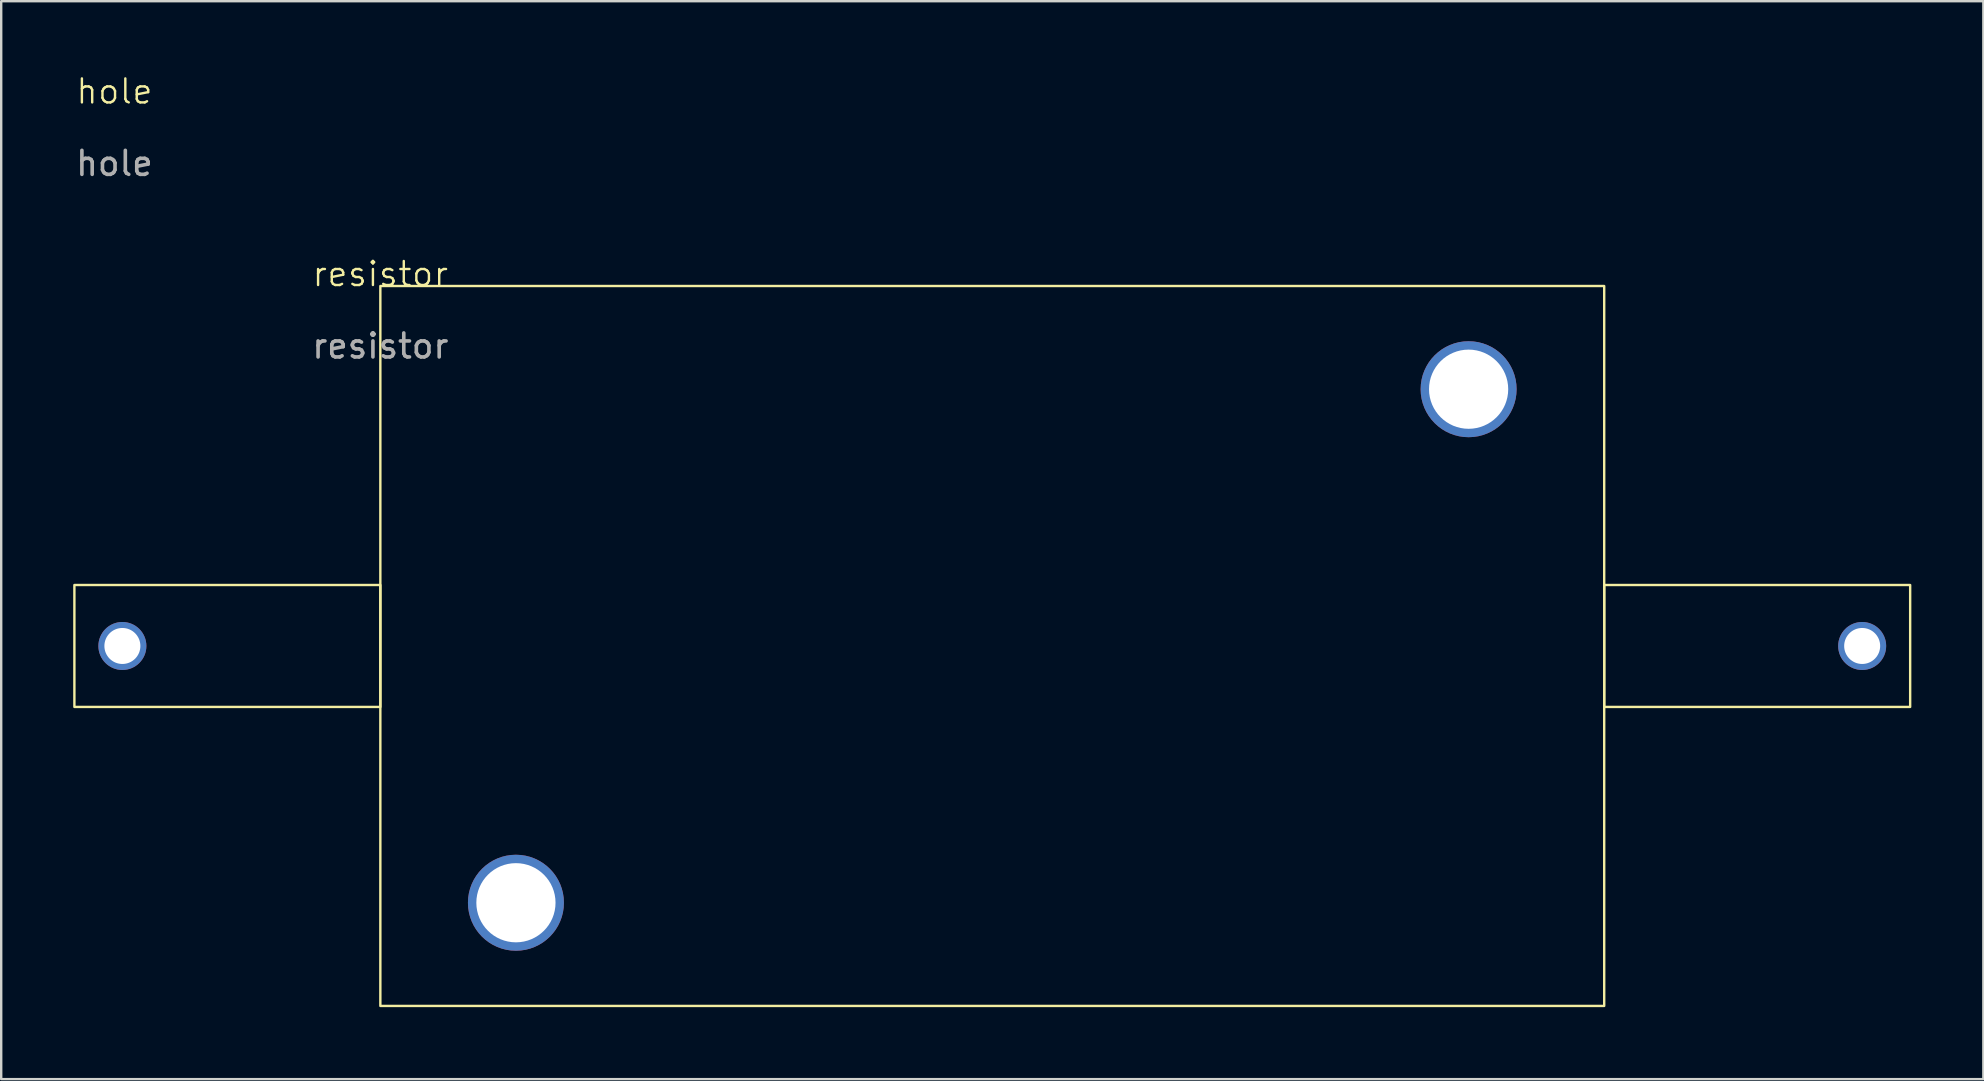
<source format=kicad_pcb>
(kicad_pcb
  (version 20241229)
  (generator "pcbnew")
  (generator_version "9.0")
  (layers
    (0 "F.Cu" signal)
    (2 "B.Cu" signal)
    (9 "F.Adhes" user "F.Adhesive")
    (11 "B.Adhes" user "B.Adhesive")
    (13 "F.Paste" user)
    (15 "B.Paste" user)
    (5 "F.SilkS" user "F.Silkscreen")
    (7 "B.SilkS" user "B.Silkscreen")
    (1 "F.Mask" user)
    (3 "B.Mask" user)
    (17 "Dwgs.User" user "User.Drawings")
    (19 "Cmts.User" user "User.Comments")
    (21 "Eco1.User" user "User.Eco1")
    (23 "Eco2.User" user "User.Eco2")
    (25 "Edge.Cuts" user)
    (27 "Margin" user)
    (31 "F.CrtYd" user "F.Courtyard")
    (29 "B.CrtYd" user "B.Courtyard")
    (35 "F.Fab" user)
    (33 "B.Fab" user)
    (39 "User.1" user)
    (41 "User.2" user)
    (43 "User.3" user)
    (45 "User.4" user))
  (footprint "resistor"
    (layer "F.Cu")
    (at 12.8 8.869)
    (property "Reference" "resistor" (at 0 -0.5 0) (unlocked yes) (layer "F.SilkS") (effects (font (size 1 1) (thickness 0.1))))
    (attr through_hole)
    (fp_rect (start -12.75 12.46) (end 0 17.54) (stroke (width 0.1) (type default)) (fill no) (layer "F.SilkS"))
    (fp_rect (start 0 0) (end 51 30) (stroke (width 0.1) (type default)) (fill no) (layer "F.SilkS"))
    (fp_rect (start 51 12.46) (end 63.75 17.54) (stroke (width 0.1) (type default)) (fill no) (layer "F.SilkS"))
    (fp_text user "${REFERENCE}" (at 0 2.5 0) (unlocked yes) (layer "F.Fab") (effects (font (size 1 1) (thickness 0.15))))
    (pad "" np_thru_hole circle (at 5.65 25.7) (size 4 4) (drill 3.3) (layers "*.Cu" "*.Mask"))
    (pad "" np_thru_hole circle (at 45.35 4.3) (size 4 4) (drill 3.3) (layers "*.Cu" "*.Mask"))
    (pad "1" thru_hole circle (at 61.75 15) (size 2 2) (drill 1.5) (layers "*.Cu" "*.Mask"))
    (pad "2" thru_hole circle (at -10.75 15) (size 2 2) (drill 1.5) (layers "*.Cu" "*.Mask")))
  (footprint "hole"
    (layer "F.Cu")
    (at 1.72 1.26)
    (property "Reference" "hole" (at 0 -0.5 0) (unlocked yes) (layer "F.SilkS") (effects (font (size 1 1) (thickness 0.1))))
    (attr through_hole)
    (fp_text user "${REFERENCE}" (at 0 2.5 0) (unlocked yes) (layer "F.Fab") (effects (font (size 1 1) (thickness 0.15)))))
  (gr_rect
    (start -3 -3)
    (end 79.6 41.919)
    (stroke (width 0.1) (type default))
    (fill no)
    (layer "Edge.Cuts")))
</source>
